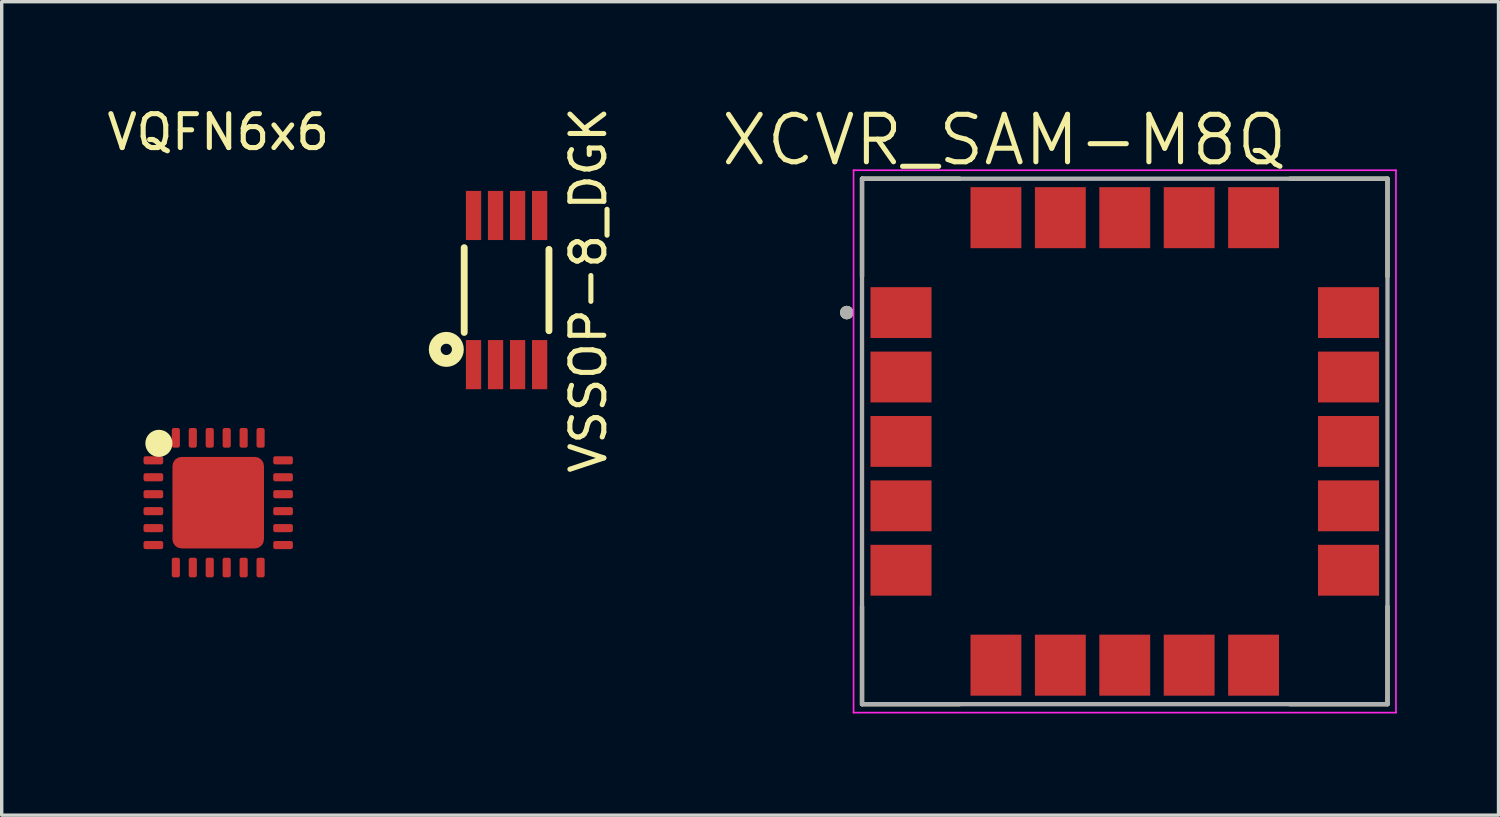
<source format=kicad_pcb>
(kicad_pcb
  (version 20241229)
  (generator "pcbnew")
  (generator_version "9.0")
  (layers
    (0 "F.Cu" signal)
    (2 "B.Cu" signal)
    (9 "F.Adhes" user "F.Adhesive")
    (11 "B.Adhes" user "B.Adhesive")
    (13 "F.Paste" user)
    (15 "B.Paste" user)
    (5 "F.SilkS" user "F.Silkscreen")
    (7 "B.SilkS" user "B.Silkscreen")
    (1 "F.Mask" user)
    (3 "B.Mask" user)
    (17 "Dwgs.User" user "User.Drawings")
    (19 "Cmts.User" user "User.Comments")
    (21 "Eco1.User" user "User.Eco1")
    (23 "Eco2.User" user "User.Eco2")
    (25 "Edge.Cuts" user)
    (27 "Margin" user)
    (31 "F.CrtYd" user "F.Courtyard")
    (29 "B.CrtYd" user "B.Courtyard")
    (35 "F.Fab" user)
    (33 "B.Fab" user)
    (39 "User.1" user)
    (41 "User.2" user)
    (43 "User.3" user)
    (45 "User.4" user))
  (footprint "VQFN6x6"
    (layer "F.Cu")
    (at 3.387 11.778)
    (property "Reference" "VQFN6x6" (at 0 -10.93 0) (layer "F.SilkS") (effects (font (size 1 1) (thickness 0.15))))
    (attr through_hole)
    (fp_circle (center -1.75 -1.75) (end -1.75 -1.75) (stroke (width 0.4) (type solid)) (fill no) (layer "F.SilkS"))
    (pad "1" smd roundrect (at -1.913 -1.25) (size 0.58 0.24) (layers "F.Cu" "F.Mask" "F.Paste") (roundrect_rratio 0.25))
    (pad "2" smd roundrect (at -1.913 -0.75) (size 0.58 0.24) (layers "F.Cu" "F.Mask" "F.Paste") (roundrect_rratio 0.25))
    (pad "3" smd roundrect (at -1.913 -0.25) (size 0.58 0.24) (layers "F.Cu" "F.Mask" "F.Paste") (roundrect_rratio 0.25))
    (pad "4" smd roundrect (at -1.913 0.25) (size 0.58 0.24) (layers "F.Cu" "F.Mask" "F.Paste") (roundrect_rratio 0.25))
    (pad "5" smd roundrect (at -1.913 0.75) (size 0.58 0.24) (layers "F.Cu" "F.Mask" "F.Paste") (roundrect_rratio 0.25))
    (pad "6" smd roundrect (at -1.913 1.25) (size 0.58 0.24) (layers "F.Cu" "F.Mask" "F.Paste") (roundrect_rratio 0.25))
    (pad "7" smd roundrect (at -1.25 1.913 90) (size 0.58 0.24) (layers "F.Cu" "F.Mask" "F.Paste") (roundrect_rratio 0.25))
    (pad "8" smd roundrect (at -0.75 1.913 90) (size 0.58 0.24) (layers "F.Cu" "F.Mask" "F.Paste") (roundrect_rratio 0.25))
    (pad "9" smd roundrect (at -0.25 1.913 90) (size 0.58 0.24) (layers "F.Cu" "F.Mask" "F.Paste") (roundrect_rratio 0.25))
    (pad "10" smd roundrect (at 0.25 1.913 90) (size 0.58 0.24) (layers "F.Cu" "F.Mask" "F.Paste") (roundrect_rratio 0.25))
    (pad "11" smd roundrect (at 0.75 1.913 90) (size 0.58 0.24) (layers "F.Cu" "F.Mask" "F.Paste") (roundrect_rratio 0.25))
    (pad "12" smd roundrect (at 1.25 1.913 90) (size 0.58 0.24) (layers "F.Cu" "F.Mask" "F.Paste") (roundrect_rratio 0.25))
    (pad "13" smd roundrect (at 1.913 1.25) (size 0.58 0.24) (layers "F.Cu" "F.Mask" "F.Paste") (roundrect_rratio 0.25))
    (pad "14" smd roundrect (at 1.913 0.75) (size 0.58 0.24) (layers "F.Cu" "F.Mask" "F.Paste") (roundrect_rratio 0.25))
    (pad "15" smd roundrect (at 1.913 0.25) (size 0.58 0.24) (layers "F.Cu" "F.Mask" "F.Paste") (roundrect_rratio 0.25))
    (pad "16" smd roundrect (at 1.913 -0.25) (size 0.58 0.24) (layers "F.Cu" "F.Mask" "F.Paste") (roundrect_rratio 0.25))
    (pad "17" smd roundrect (at 1.913 -0.75) (size 0.58 0.24) (layers "F.Cu" "F.Mask" "F.Paste") (roundrect_rratio 0.25))
    (pad "18" smd roundrect (at 1.913 -1.25) (size 0.58 0.24) (layers "F.Cu" "F.Mask" "F.Paste") (roundrect_rratio 0.25))
    (pad "19" smd roundrect (at 1.25 -1.913 90) (size 0.58 0.24) (layers "F.Cu" "F.Mask" "F.Paste") (roundrect_rratio 0.25))
    (pad "20" smd roundrect (at 0.75 -1.913 90) (size 0.58 0.24) (layers "F.Cu" "F.Mask" "F.Paste") (roundrect_rratio 0.25))
    (pad "21" smd roundrect (at 0.25 -1.913 90) (size 0.58 0.24) (layers "F.Cu" "F.Mask" "F.Paste") (roundrect_rratio 0.25))
    (pad "22" smd roundrect (at -0.25 -1.913 90) (size 0.58 0.24) (layers "F.Cu" "F.Mask" "F.Paste") (roundrect_rratio 0.25))
    (pad "23" smd roundrect (at -0.75 -1.913 90) (size 0.58 0.24) (layers "F.Cu" "F.Mask" "F.Paste") (roundrect_rratio 0.25))
    (pad "24" smd roundrect (at -1.25 -1.913 90) (size 0.58 0.24) (layers "F.Cu" "F.Mask" "F.Paste") (roundrect_rratio 0.25))
    (pad "25" smd roundrect (at 0 0 90) (size 2.7 2.7) (layers "F.Cu" "F.Mask" "F.Paste") (roundrect_rratio 0.1)))
  (footprint "VSSOP-8_DGK"
    (layer "F.Cu")
    (at 11.893 5.506)
    (property "Reference" "VSSOP-8_DGK" (at 2.413 0 90) (layer "F.SilkS") (effects (font (size 1 1) (thickness 0.15))))
    (attr smd)
    (fp_line (start -1.25 1.25) (end -1.25 -1.25) (stroke (width 0.203) (type solid)) (layer "F.SilkS"))
    (fp_line (start 1.25 1.2) (end 1.25 -1.2) (stroke (width 0.203) (type solid)) (layer "F.SilkS"))
    (fp_circle (center -1.778 1.75) (end -1.638 1.84) (stroke (width 0.35) (type solid)) (fill no) (layer "F.SilkS"))
    (pad "1" smd rect (at -0.975 2.2) (size 0.45 1.45) (layers "F.Cu" "F.Mask" "F.Paste"))
    (pad "2" smd rect (at -0.325 2.2) (size 0.45 1.45) (layers "F.Cu" "F.Mask" "F.Paste"))
    (pad "3" smd rect (at 0.325 2.2) (size 0.45 1.45) (layers "F.Cu" "F.Mask" "F.Paste"))
    (pad "4" smd rect (at 0.975 2.2) (size 0.45 1.45) (layers "F.Cu" "F.Mask" "F.Paste"))
    (pad "5" smd rect (at 0.975 -2.2) (size 0.45 1.45) (layers "F.Cu" "F.Mask" "F.Paste"))
    (pad "6" smd rect (at 0.325 -2.2) (size 0.45 1.45) (layers "F.Cu" "F.Mask" "F.Paste"))
    (pad "7" smd rect (at -0.325 -2.2) (size 0.45 1.45) (layers "F.Cu" "F.Mask" "F.Paste"))
    (pad "8" smd rect (at -0.975 -2.2) (size 0.45 1.45) (layers "F.Cu" "F.Mask" "F.Paste")))
  (footprint "XCVR_SAM-M8Q"
    (layer "F.Cu")
    (at 30.128 9.971)
    (property "Reference" "XCVR_SAM-M8Q" (at -3.555 -8.889 0) (layer "F.SilkS") (effects (font (size 1.4 1.4) (thickness 0.15))))
    (attr smd)
    (fp_line (start -7.75 -4.87) (end -7.75 -7.75) (stroke (width 0.127) (type solid)) (layer "F.SilkS"))
    (fp_line (start -7.75 4.87) (end -7.75 7.75) (stroke (width 0.127) (type solid)) (layer "F.SilkS"))
    (fp_line (start -4.87 -7.75) (end -7.75 -7.75) (stroke (width 0.127) (type solid)) (layer "F.SilkS"))
    (fp_line (start -4.87 7.75) (end -7.75 7.75) (stroke (width 0.127) (type solid)) (layer "F.SilkS"))
    (fp_line (start 4.87 -7.75) (end 7.75 -7.75) (stroke (width 0.127) (type solid)) (layer "F.SilkS"))
    (fp_line (start 4.87 7.75) (end 7.75 7.75) (stroke (width 0.127) (type solid)) (layer "F.SilkS"))
    (fp_line (start 7.75 -4.87) (end 7.75 -7.75) (stroke (width 0.127) (type solid)) (layer "F.SilkS"))
    (fp_line (start 7.75 4.87) (end 7.75 7.75) (stroke (width 0.127) (type solid)) (layer "F.SilkS"))
    (fp_circle (center -8.2 -3.8) (end -8.1 -3.8) (stroke (width 0.2) (type solid)) (fill no) (layer "F.SilkS"))
    (fp_poly (pts (xy -7.46 -4.52) (xy -6.74 -4.52) (xy -6.74 -3.94) (xy -7.46 -3.94)) (stroke (width 0.01) (type solid)) (fill yes) (layer "F.Paste"))
    (fp_poly (pts (xy -7.46 -3.66) (xy -6.74 -3.66) (xy -6.74 -3.08) (xy -7.46 -3.08)) (stroke (width 0.01) (type solid)) (fill yes) (layer "F.Paste"))
    (fp_poly (pts (xy -7.46 -2.62) (xy -6.74 -2.62) (xy -6.74 -2.04) (xy -7.46 -2.04)) (stroke (width 0.01) (type solid)) (fill yes) (layer "F.Paste"))
    (fp_poly (pts (xy -7.46 -1.76) (xy -6.74 -1.76) (xy -6.74 -1.18) (xy -7.46 -1.18)) (stroke (width 0.01) (type solid)) (fill yes) (layer "F.Paste"))
    (fp_poly (pts (xy -7.46 -0.72) (xy -6.74 -0.72) (xy -6.74 -0.14) (xy -7.46 -0.14)) (stroke (width 0.01) (type solid)) (fill yes) (layer "F.Paste"))
    (fp_poly (pts (xy -7.46 0.14) (xy -6.74 0.14) (xy -6.74 0.72) (xy -7.46 0.72)) (stroke (width 0.01) (type solid)) (fill yes) (layer "F.Paste"))
    (fp_poly (pts (xy -7.46 1.18) (xy -6.74 1.18) (xy -6.74 1.76) (xy -7.46 1.76)) (stroke (width 0.01) (type solid)) (fill yes) (layer "F.Paste"))
    (fp_poly (pts (xy -7.46 2.04) (xy -6.74 2.04) (xy -6.74 2.62) (xy -7.46 2.62)) (stroke (width 0.01) (type solid)) (fill yes) (layer "F.Paste"))
    (fp_poly (pts (xy -7.46 3.08) (xy -6.74 3.08) (xy -6.74 3.66) (xy -7.46 3.66)) (stroke (width 0.01) (type solid)) (fill yes) (layer "F.Paste"))
    (fp_poly (pts (xy -7.46 3.94) (xy -6.74 3.94) (xy -6.74 4.52) (xy -7.46 4.52)) (stroke (width 0.01) (type solid)) (fill yes) (layer "F.Paste"))
    (fp_poly (pts (xy -6.46 -4.52) (xy -5.74 -4.52) (xy -5.74 -3.94) (xy -6.46 -3.94)) (stroke (width 0.01) (type solid)) (fill yes) (layer "F.Paste"))
    (fp_poly (pts (xy -6.46 -3.66) (xy -5.74 -3.66) (xy -5.74 -3.08) (xy -6.46 -3.08)) (stroke (width 0.01) (type solid)) (fill yes) (layer "F.Paste"))
    (fp_poly (pts (xy -6.46 -2.62) (xy -5.74 -2.62) (xy -5.74 -2.04) (xy -6.46 -2.04)) (stroke (width 0.01) (type solid)) (fill yes) (layer "F.Paste"))
    (fp_poly (pts (xy -6.46 -1.76) (xy -5.74 -1.76) (xy -5.74 -1.18) (xy -6.46 -1.18)) (stroke (width 0.01) (type solid)) (fill yes) (layer "F.Paste"))
    (fp_poly (pts (xy -6.46 -0.72) (xy -5.74 -0.72) (xy -5.74 -0.14) (xy -6.46 -0.14)) (stroke (width 0.01) (type solid)) (fill yes) (layer "F.Paste"))
    (fp_poly (pts (xy -6.46 0.14) (xy -5.74 0.14) (xy -5.74 0.72) (xy -6.46 0.72)) (stroke (width 0.01) (type solid)) (fill yes) (layer "F.Paste"))
    (fp_poly (pts (xy -6.46 1.18) (xy -5.74 1.18) (xy -5.74 1.76) (xy -6.46 1.76)) (stroke (width 0.01) (type solid)) (fill yes) (layer "F.Paste"))
    (fp_poly (pts (xy -6.46 2.04) (xy -5.74 2.04) (xy -5.74 2.62) (xy -6.46 2.62)) (stroke (width 0.01) (type solid)) (fill yes) (layer "F.Paste"))
    (fp_poly (pts (xy -6.46 3.08) (xy -5.74 3.08) (xy -5.74 3.66) (xy -6.46 3.66)) (stroke (width 0.01) (type solid)) (fill yes) (layer "F.Paste"))
    (fp_poly (pts (xy -6.46 3.94) (xy -5.74 3.94) (xy -5.74 4.52) (xy -6.46 4.52)) (stroke (width 0.01) (type solid)) (fill yes) (layer "F.Paste"))
    (fp_poly (pts (xy -4.52 -7.46) (xy -3.94 -7.46) (xy -3.94 -6.74) (xy -4.52 -6.74)) (stroke (width 0.01) (type solid)) (fill yes) (layer "F.Paste"))
    (fp_poly (pts (xy -4.52 -6.46) (xy -3.94 -6.46) (xy -3.94 -5.74) (xy -4.52 -5.74)) (stroke (width 0.01) (type solid)) (fill yes) (layer "F.Paste"))
    (fp_poly (pts (xy -4.52 5.74) (xy -3.94 5.74) (xy -3.94 6.46) (xy -4.52 6.46)) (stroke (width 0.01) (type solid)) (fill yes) (layer "F.Paste"))
    (fp_poly (pts (xy -4.52 6.74) (xy -3.94 6.74) (xy -3.94 7.46) (xy -4.52 7.46)) (stroke (width 0.01) (type solid)) (fill yes) (layer "F.Paste"))
    (fp_poly (pts (xy -3.66 -7.46) (xy -3.08 -7.46) (xy -3.08 -6.74) (xy -3.66 -6.74)) (stroke (width 0.01) (type solid)) (fill yes) (layer "F.Paste"))
    (fp_poly (pts (xy -3.66 -6.46) (xy -3.08 -6.46) (xy -3.08 -5.74) (xy -3.66 -5.74)) (stroke (width 0.01) (type solid)) (fill yes) (layer "F.Paste"))
    (fp_poly (pts (xy -3.66 5.74) (xy -3.08 5.74) (xy -3.08 6.46) (xy -3.66 6.46)) (stroke (width 0.01) (type solid)) (fill yes) (layer "F.Paste"))
    (fp_poly (pts (xy -3.66 6.74) (xy -3.08 6.74) (xy -3.08 7.46) (xy -3.66 7.46)) (stroke (width 0.01) (type solid)) (fill yes) (layer "F.Paste"))
    (fp_poly (pts (xy -2.62 -7.46) (xy -2.04 -7.46) (xy -2.04 -6.74) (xy -2.62 -6.74)) (stroke (width 0.01) (type solid)) (fill yes) (layer "F.Paste"))
    (fp_poly (pts (xy -2.62 -6.46) (xy -2.04 -6.46) (xy -2.04 -5.74) (xy -2.62 -5.74)) (stroke (width 0.01) (type solid)) (fill yes) (layer "F.Paste"))
    (fp_poly (pts (xy -2.62 5.74) (xy -2.04 5.74) (xy -2.04 6.46) (xy -2.62 6.46)) (stroke (width 0.01) (type solid)) (fill yes) (layer "F.Paste"))
    (fp_poly (pts (xy -2.62 6.74) (xy -2.04 6.74) (xy -2.04 7.46) (xy -2.62 7.46)) (stroke (width 0.01) (type solid)) (fill yes) (layer "F.Paste"))
    (fp_poly (pts (xy -1.76 -7.46) (xy -1.18 -7.46) (xy -1.18 -6.74) (xy -1.76 -6.74)) (stroke (width 0.01) (type solid)) (fill yes) (layer "F.Paste"))
    (fp_poly (pts (xy -1.76 -6.46) (xy -1.18 -6.46) (xy -1.18 -5.74) (xy -1.76 -5.74)) (stroke (width 0.01) (type solid)) (fill yes) (layer "F.Paste"))
    (fp_poly (pts (xy -1.76 5.74) (xy -1.18 5.74) (xy -1.18 6.46) (xy -1.76 6.46)) (stroke (width 0.01) (type solid)) (fill yes) (layer "F.Paste"))
    (fp_poly (pts (xy -1.76 6.74) (xy -1.18 6.74) (xy -1.18 7.46) (xy -1.76 7.46)) (stroke (width 0.01) (type solid)) (fill yes) (layer "F.Paste"))
    (fp_poly (pts (xy -0.72 -7.46) (xy -0.14 -7.46) (xy -0.14 -6.74) (xy -0.72 -6.74)) (stroke (width 0.01) (type solid)) (fill yes) (layer "F.Paste"))
    (fp_poly (pts (xy -0.72 -6.46) (xy -0.14 -6.46) (xy -0.14 -5.74) (xy -0.72 -5.74)) (stroke (width 0.01) (type solid)) (fill yes) (layer "F.Paste"))
    (fp_poly (pts (xy -0.72 5.74) (xy -0.14 5.74) (xy -0.14 6.46) (xy -0.72 6.46)) (stroke (width 0.01) (type solid)) (fill yes) (layer "F.Paste"))
    (fp_poly (pts (xy -0.72 6.74) (xy -0.14 6.74) (xy -0.14 7.46) (xy -0.72 7.46)) (stroke (width 0.01) (type solid)) (fill yes) (layer "F.Paste"))
    (fp_poly (pts (xy 0.14 -7.46) (xy 0.72 -7.46) (xy 0.72 -6.74) (xy 0.14 -6.74)) (stroke (width 0.01) (type solid)) (fill yes) (layer "F.Paste"))
    (fp_poly (pts (xy 0.14 -6.46) (xy 0.72 -6.46) (xy 0.72 -5.74) (xy 0.14 -5.74)) (stroke (width 0.01) (type solid)) (fill yes) (layer "F.Paste"))
    (fp_poly (pts (xy 0.14 5.74) (xy 0.72 5.74) (xy 0.72 6.46) (xy 0.14 6.46)) (stroke (width 0.01) (type solid)) (fill yes) (layer "F.Paste"))
    (fp_poly (pts (xy 0.14 6.74) (xy 0.72 6.74) (xy 0.72 7.46) (xy 0.14 7.46)) (stroke (width 0.01) (type solid)) (fill yes) (layer "F.Paste"))
    (fp_poly (pts (xy 1.18 -7.46) (xy 1.76 -7.46) (xy 1.76 -6.74) (xy 1.18 -6.74)) (stroke (width 0.01) (type solid)) (fill yes) (layer "F.Paste"))
    (fp_poly (pts (xy 1.18 -6.46) (xy 1.76 -6.46) (xy 1.76 -5.74) (xy 1.18 -5.74)) (stroke (width 0.01) (type solid)) (fill yes) (layer "F.Paste"))
    (fp_poly (pts (xy 1.18 5.74) (xy 1.76 5.74) (xy 1.76 6.46) (xy 1.18 6.46)) (stroke (width 0.01) (type solid)) (fill yes) (layer "F.Paste"))
    (fp_poly (pts (xy 1.18 6.74) (xy 1.76 6.74) (xy 1.76 7.46) (xy 1.18 7.46)) (stroke (width 0.01) (type solid)) (fill yes) (layer "F.Paste"))
    (fp_poly (pts (xy 2.04 -7.46) (xy 2.62 -7.46) (xy 2.62 -6.74) (xy 2.04 -6.74)) (stroke (width 0.01) (type solid)) (fill yes) (layer "F.Paste"))
    (fp_poly (pts (xy 2.04 -6.46) (xy 2.62 -6.46) (xy 2.62 -5.74) (xy 2.04 -5.74)) (stroke (width 0.01) (type solid)) (fill yes) (layer "F.Paste"))
    (fp_poly (pts (xy 2.04 5.74) (xy 2.62 5.74) (xy 2.62 6.46) (xy 2.04 6.46)) (stroke (width 0.01) (type solid)) (fill yes) (layer "F.Paste"))
    (fp_poly (pts (xy 2.04 6.74) (xy 2.62 6.74) (xy 2.62 7.46) (xy 2.04 7.46)) (stroke (width 0.01) (type solid)) (fill yes) (layer "F.Paste"))
    (fp_poly (pts (xy 3.08 -7.46) (xy 3.66 -7.46) (xy 3.66 -6.74) (xy 3.08 -6.74)) (stroke (width 0.01) (type solid)) (fill yes) (layer "F.Paste"))
    (fp_poly (pts (xy 3.08 -6.46) (xy 3.66 -6.46) (xy 3.66 -5.74) (xy 3.08 -5.74)) (stroke (width 0.01) (type solid)) (fill yes) (layer "F.Paste"))
    (fp_poly (pts (xy 3.08 5.74) (xy 3.66 5.74) (xy 3.66 6.46) (xy 3.08 6.46)) (stroke (width 0.01) (type solid)) (fill yes) (layer "F.Paste"))
    (fp_poly (pts (xy 3.08 6.74) (xy 3.66 6.74) (xy 3.66 7.46) (xy 3.08 7.46)) (stroke (width 0.01) (type solid)) (fill yes) (layer "F.Paste"))
    (fp_poly (pts (xy 3.94 -7.46) (xy 4.52 -7.46) (xy 4.52 -6.74) (xy 3.94 -6.74)) (stroke (width 0.01) (type solid)) (fill yes) (layer "F.Paste"))
    (fp_poly (pts (xy 3.94 -6.46) (xy 4.52 -6.46) (xy 4.52 -5.74) (xy 3.94 -5.74)) (stroke (width 0.01) (type solid)) (fill yes) (layer "F.Paste"))
    (fp_poly (pts (xy 3.94 5.74) (xy 4.52 5.74) (xy 4.52 6.46) (xy 3.94 6.46)) (stroke (width 0.01) (type solid)) (fill yes) (layer "F.Paste"))
    (fp_poly (pts (xy 3.94 6.74) (xy 4.52 6.74) (xy 4.52 7.46) (xy 3.94 7.46)) (stroke (width 0.01) (type solid)) (fill yes) (layer "F.Paste"))
    (fp_poly (pts (xy 5.74 -4.52) (xy 6.46 -4.52) (xy 6.46 -3.94) (xy 5.74 -3.94)) (stroke (width 0.01) (type solid)) (fill yes) (layer "F.Paste"))
    (fp_poly (pts (xy 5.74 -3.66) (xy 6.46 -3.66) (xy 6.46 -3.08) (xy 5.74 -3.08)) (stroke (width 0.01) (type solid)) (fill yes) (layer "F.Paste"))
    (fp_poly (pts (xy 5.74 -2.62) (xy 6.46 -2.62) (xy 6.46 -2.04) (xy 5.74 -2.04)) (stroke (width 0.01) (type solid)) (fill yes) (layer "F.Paste"))
    (fp_poly (pts (xy 5.74 -1.76) (xy 6.46 -1.76) (xy 6.46 -1.18) (xy 5.74 -1.18)) (stroke (width 0.01) (type solid)) (fill yes) (layer "F.Paste"))
    (fp_poly (pts (xy 5.74 -0.72) (xy 6.46 -0.72) (xy 6.46 -0.14) (xy 5.74 -0.14)) (stroke (width 0.01) (type solid)) (fill yes) (layer "F.Paste"))
    (fp_poly (pts (xy 5.74 0.14) (xy 6.46 0.14) (xy 6.46 0.72) (xy 5.74 0.72)) (stroke (width 0.01) (type solid)) (fill yes) (layer "F.Paste"))
    (fp_poly (pts (xy 5.74 1.18) (xy 6.46 1.18) (xy 6.46 1.76) (xy 5.74 1.76)) (stroke (width 0.01) (type solid)) (fill yes) (layer "F.Paste"))
    (fp_poly (pts (xy 5.74 2.04) (xy 6.46 2.04) (xy 6.46 2.62) (xy 5.74 2.62)) (stroke (width 0.01) (type solid)) (fill yes) (layer "F.Paste"))
    (fp_poly (pts (xy 5.74 3.08) (xy 6.46 3.08) (xy 6.46 3.66) (xy 5.74 3.66)) (stroke (width 0.01) (type solid)) (fill yes) (layer "F.Paste"))
    (fp_poly (pts (xy 5.74 3.94) (xy 6.46 3.94) (xy 6.46 4.52) (xy 5.74 4.52)) (stroke (width 0.01) (type solid)) (fill yes) (layer "F.Paste"))
    (fp_poly (pts (xy 6.74 -4.52) (xy 7.46 -4.52) (xy 7.46 -3.94) (xy 6.74 -3.94)) (stroke (width 0.01) (type solid)) (fill yes) (layer "F.Paste"))
    (fp_poly (pts (xy 6.74 -3.66) (xy 7.46 -3.66) (xy 7.46 -3.08) (xy 6.74 -3.08)) (stroke (width 0.01) (type solid)) (fill yes) (layer "F.Paste"))
    (fp_poly (pts (xy 6.74 -2.62) (xy 7.46 -2.62) (xy 7.46 -2.04) (xy 6.74 -2.04)) (stroke (width 0.01) (type solid)) (fill yes) (layer "F.Paste"))
    (fp_poly (pts (xy 6.74 -1.76) (xy 7.46 -1.76) (xy 7.46 -1.18) (xy 6.74 -1.18)) (stroke (width 0.01) (type solid)) (fill yes) (layer "F.Paste"))
    (fp_poly (pts (xy 6.74 -0.72) (xy 7.46 -0.72) (xy 7.46 -0.14) (xy 6.74 -0.14)) (stroke (width 0.01) (type solid)) (fill yes) (layer "F.Paste"))
    (fp_poly (pts (xy 6.74 0.14) (xy 7.46 0.14) (xy 7.46 0.72) (xy 6.74 0.72)) (stroke (width 0.01) (type solid)) (fill yes) (layer "F.Paste"))
    (fp_poly (pts (xy 6.74 1.18) (xy 7.46 1.18) (xy 7.46 1.76) (xy 6.74 1.76)) (stroke (width 0.01) (type solid)) (fill yes) (layer "F.Paste"))
    (fp_poly (pts (xy 6.74 2.04) (xy 7.46 2.04) (xy 7.46 2.62) (xy 6.74 2.62)) (stroke (width 0.01) (type solid)) (fill yes) (layer "F.Paste"))
    (fp_poly (pts (xy 6.74 3.08) (xy 7.46 3.08) (xy 7.46 3.66) (xy 6.74 3.66)) (stroke (width 0.01) (type solid)) (fill yes) (layer "F.Paste"))
    (fp_poly (pts (xy 6.74 3.94) (xy 7.46 3.94) (xy 7.46 4.52) (xy 6.74 4.52)) (stroke (width 0.01) (type solid)) (fill yes) (layer "F.Paste"))
    (fp_line (start -8 -8) (end 8 -8) (stroke (width 0.05) (type solid)) (layer "F.CrtYd"))
    (fp_line (start -8 8) (end -8 -8) (stroke (width 0.05) (type solid)) (layer "F.CrtYd"))
    (fp_line (start 8 -8) (end 8 8) (stroke (width 0.05) (type solid)) (layer "F.CrtYd"))
    (fp_line (start 8 8) (end -8 8) (stroke (width 0.05) (type solid)) (layer "F.CrtYd"))
    (fp_line (start -7.75 7.75) (end -7.75 -7.75) (stroke (width 0.127) (type solid)) (layer "F.Fab"))
    (fp_line (start 7.75 -7.75) (end -7.75 -7.75) (stroke (width 0.127) (type solid)) (layer "F.Fab"))
    (fp_line (start 7.75 -7.75) (end 7.75 7.75) (stroke (width 0.127) (type solid)) (layer "F.Fab"))
    (fp_line (start 7.75 7.75) (end -7.75 7.75) (stroke (width 0.127) (type solid)) (layer "F.Fab"))
    (fp_circle (center -8.2 -3.8) (end -8.1 -3.8) (stroke (width 0.2) (type solid)) (fill no) (layer "F.Fab"))
    (pad "1" smd rect (at -6.6 -3.8) (size 1.8 1.5) (layers "F.Cu" "F.Mask"))
    (pad "2" smd rect (at -6.6 -1.9) (size 1.8 1.5) (layers "F.Cu" "F.Mask"))
    (pad "3" smd rect (at -6.6 0) (size 1.8 1.5) (layers "F.Cu" "F.Mask"))
    (pad "4" smd rect (at -6.6 1.9) (size 1.8 1.5) (layers "F.Cu" "F.Mask"))
    (pad "5" smd rect (at -6.6 3.8) (size 1.8 1.5) (layers "F.Cu" "F.Mask"))
    (pad "6" smd rect (at -3.8 6.6 90) (size 1.8 1.5) (layers "F.Cu" "F.Mask"))
    (pad "7" smd rect (at -1.9 6.6 90) (size 1.8 1.5) (layers "F.Cu" "F.Mask"))
    (pad "8" smd rect (at 0 6.6 90) (size 1.8 1.5) (layers "F.Cu" "F.Mask"))
    (pad "9" smd rect (at 1.9 6.6 90) (size 1.8 1.5) (layers "F.Cu" "F.Mask"))
    (pad "10" smd rect (at 3.8 6.6 90) (size 1.8 1.5) (layers "F.Cu" "F.Mask"))
    (pad "11" smd rect (at 6.6 3.8) (size 1.8 1.5) (layers "F.Cu" "F.Mask"))
    (pad "12" smd rect (at 6.6 1.9) (size 1.8 1.5) (layers "F.Cu" "F.Mask"))
    (pad "13" smd rect (at 6.6 0) (size 1.8 1.5) (layers "F.Cu" "F.Mask"))
    (pad "14" smd rect (at 6.6 -1.9) (size 1.8 1.5) (layers "F.Cu" "F.Mask"))
    (pad "15" smd rect (at 6.6 -3.8) (size 1.8 1.5) (layers "F.Cu" "F.Mask"))
    (pad "16" smd rect (at 3.8 -6.6 90) (size 1.8 1.5) (layers "F.Cu" "F.Mask"))
    (pad "17" smd rect (at 1.9 -6.6 90) (size 1.8 1.5) (layers "F.Cu" "F.Mask"))
    (pad "18" smd rect (at 0 -6.6 90) (size 1.8 1.5) (layers "F.Cu" "F.Mask"))
    (pad "19" smd rect (at -1.9 -6.6 90) (size 1.8 1.5) (layers "F.Cu" "F.Mask"))
    (pad "20" smd rect (at -3.8 -6.6 90) (size 1.8 1.5) (layers "F.Cu" "F.Mask")))
  (gr_rect
    (start -3 -3)
    (end 41.153 20.996)
    (stroke (width 0.1) (type default))
    (fill no)
    (layer "Edge.Cuts")))
</source>
